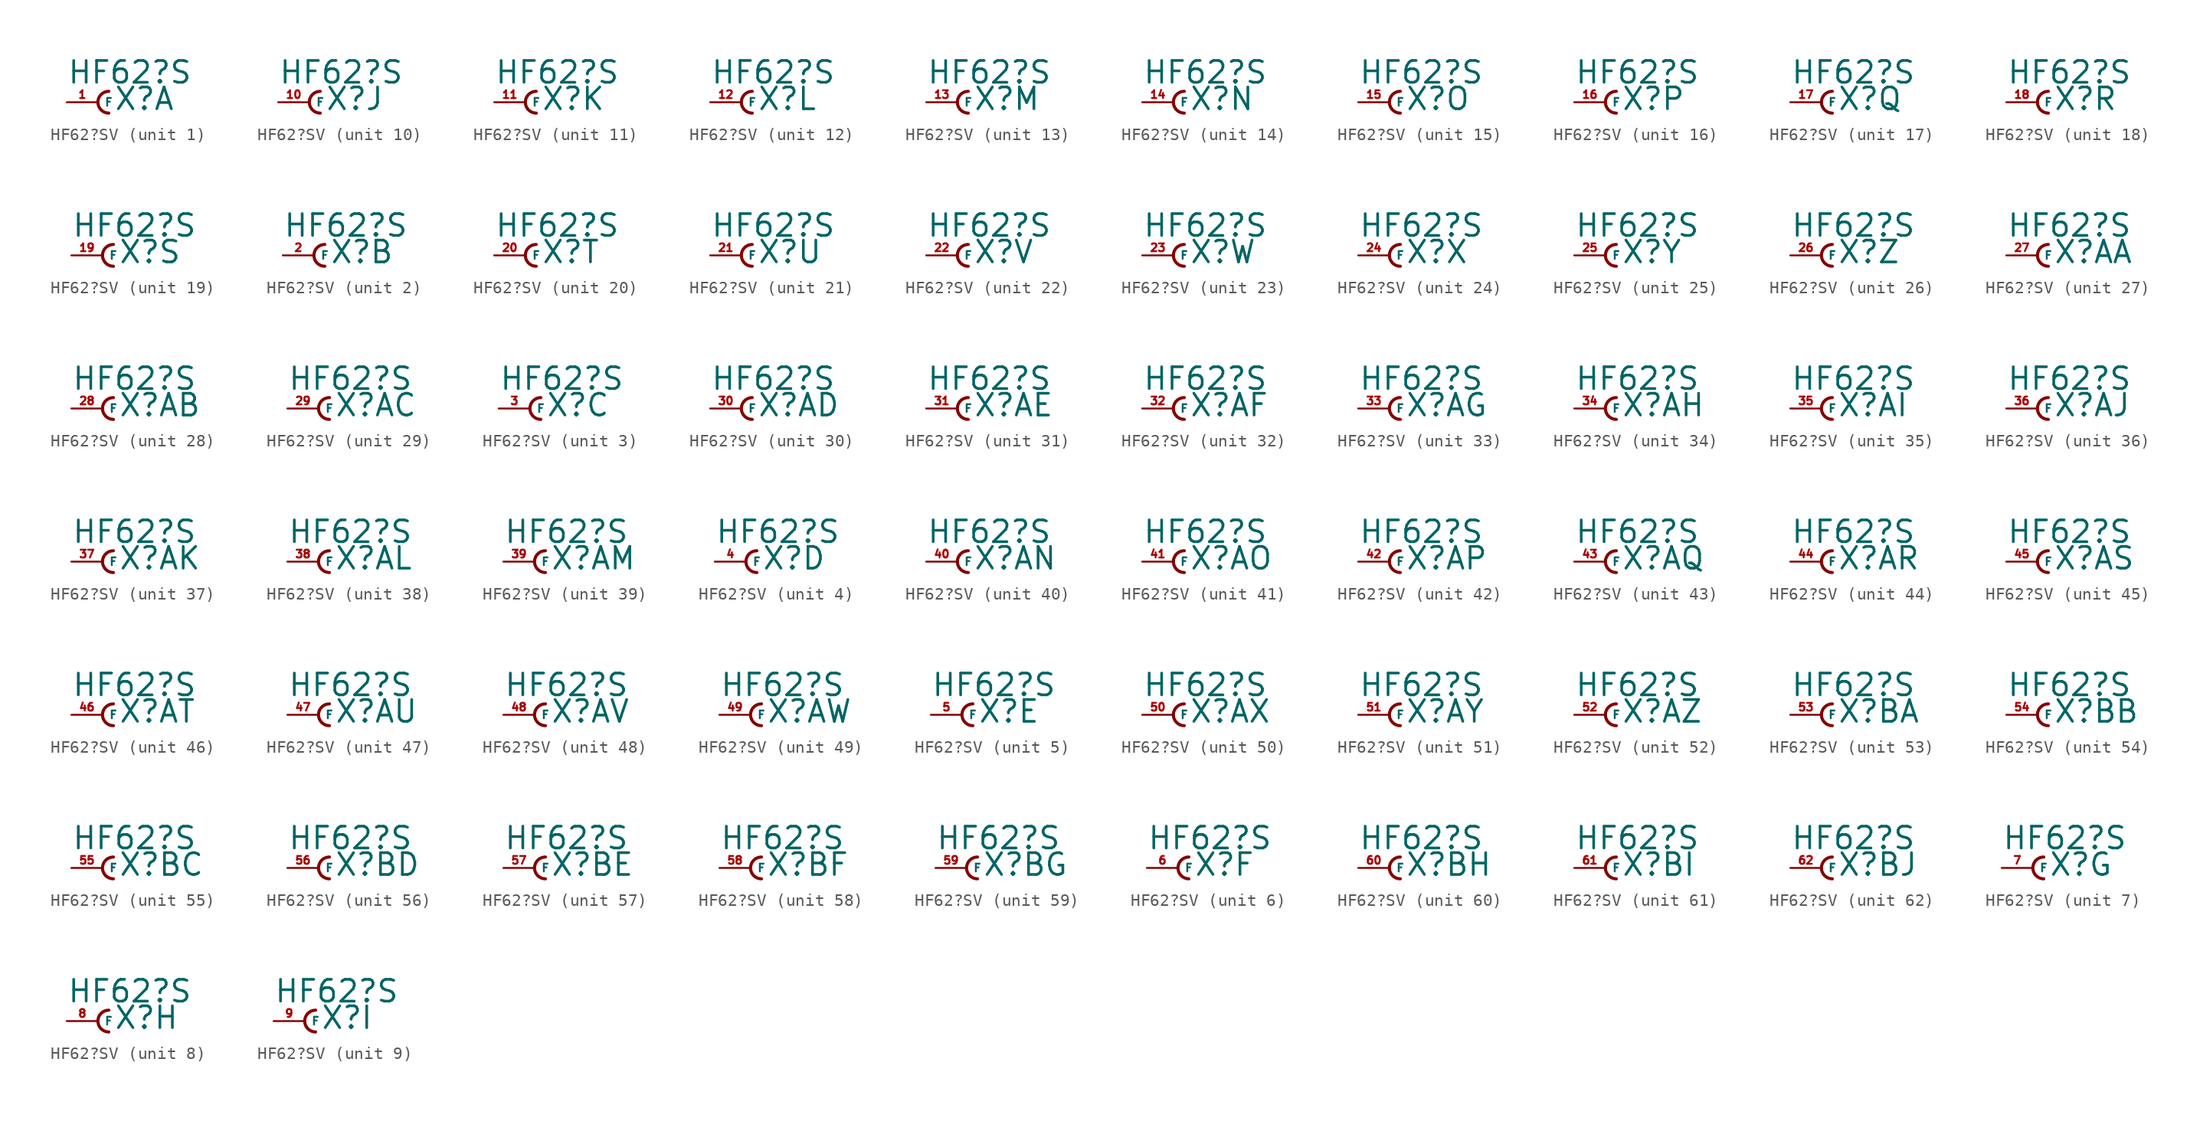
<source format=kicad_sym>
(kicad_symbol_lib
  (version 20220914)
  (generator Eagle2Kicad)
  (symbol "HF62?SV"
    (property "Reference" "X"
      (at 1.27 -0.762 0)
      (effects (font (size 1.778 1.778) (thickness 0.22)) (justify left bottom)))
    (property "Value" "HF62?S"
      (at -2.54 1.397 0)
      (effects (font (size 1.778 1.778) (thickness 0.22)) (justify left bottom)))
    (symbol "HF62?SV_1_0"
      (arc (start 0.889 0.889) (mid 0.000 0.000) (end 0.889 -0.889) (stroke (width 0.254) (type default)) (fill (type none)))
      (pin passive line (at -2.54 0 0) (length 2.54) (name "F" (effects (font (size 0.635 0.635) (thickness 0.08)) (justify left bottom))) (number "1" (effects (font (size 0.635 0.635) (thickness 0.08)) (justify left bottom)))))
    (symbol "HF62?SV_2_0"
      (arc (start 0.889 0.889) (mid 0.000 0.000) (end 0.889 -0.889) (stroke (width 0.254) (type default)) (fill (type none)))
      (pin passive line (at -2.54 0 0) (length 2.54) (name "F" (effects (font (size 0.635 0.635) (thickness 0.08)) (justify left bottom))) (number "2" (effects (font (size 0.635 0.635) (thickness 0.08)) (justify left bottom)))))
    (symbol "HF62?SV_3_0"
      (arc (start 0.889 0.889) (mid 0.000 0.000) (end 0.889 -0.889) (stroke (width 0.254) (type default)) (fill (type none)))
      (pin passive line (at -2.54 0 0) (length 2.54) (name "F" (effects (font (size 0.635 0.635) (thickness 0.08)) (justify left bottom))) (number "3" (effects (font (size 0.635 0.635) (thickness 0.08)) (justify left bottom)))))
    (symbol "HF62?SV_4_0"
      (arc (start 0.889 0.889) (mid 0.000 0.000) (end 0.889 -0.889) (stroke (width 0.254) (type default)) (fill (type none)))
      (pin passive line (at -2.54 0 0) (length 2.54) (name "F" (effects (font (size 0.635 0.635) (thickness 0.08)) (justify left bottom))) (number "4" (effects (font (size 0.635 0.635) (thickness 0.08)) (justify left bottom)))))
    (symbol "HF62?SV_5_0"
      (arc (start 0.889 0.889) (mid 0.000 0.000) (end 0.889 -0.889) (stroke (width 0.254) (type default)) (fill (type none)))
      (pin passive line (at -2.54 0 0) (length 2.54) (name "F" (effects (font (size 0.635 0.635) (thickness 0.08)) (justify left bottom))) (number "5" (effects (font (size 0.635 0.635) (thickness 0.08)) (justify left bottom)))))
    (symbol "HF62?SV_6_0"
      (arc (start 0.889 0.889) (mid 0.000 0.000) (end 0.889 -0.889) (stroke (width 0.254) (type default)) (fill (type none)))
      (pin passive line (at -2.54 0 0) (length 2.54) (name "F" (effects (font (size 0.635 0.635) (thickness 0.08)) (justify left bottom))) (number "6" (effects (font (size 0.635 0.635) (thickness 0.08)) (justify left bottom)))))
    (symbol "HF62?SV_7_0"
      (arc (start 0.889 0.889) (mid 0.000 0.000) (end 0.889 -0.889) (stroke (width 0.254) (type default)) (fill (type none)))
      (pin passive line (at -2.54 0 0) (length 2.54) (name "F" (effects (font (size 0.635 0.635) (thickness 0.08)) (justify left bottom))) (number "7" (effects (font (size 0.635 0.635) (thickness 0.08)) (justify left bottom)))))
    (symbol "HF62?SV_8_0"
      (arc (start 0.889 0.889) (mid 0.000 0.000) (end 0.889 -0.889) (stroke (width 0.254) (type default)) (fill (type none)))
      (pin passive line (at -2.54 0 0) (length 2.54) (name "F" (effects (font (size 0.635 0.635) (thickness 0.08)) (justify left bottom))) (number "8" (effects (font (size 0.635 0.635) (thickness 0.08)) (justify left bottom)))))
    (symbol "HF62?SV_9_0"
      (arc (start 0.889 0.889) (mid 0.000 0.000) (end 0.889 -0.889) (stroke (width 0.254) (type default)) (fill (type none)))
      (pin passive line (at -2.54 0 0) (length 2.54) (name "F" (effects (font (size 0.635 0.635) (thickness 0.08)) (justify left bottom))) (number "9" (effects (font (size 0.635 0.635) (thickness 0.08)) (justify left bottom)))))
    (symbol "HF62?SV_10_0"
      (arc (start 0.889 0.889) (mid 0.000 0.000) (end 0.889 -0.889) (stroke (width 0.254) (type default)) (fill (type none)))
      (pin passive line (at -2.54 0 0) (length 2.54) (name "F" (effects (font (size 0.635 0.635) (thickness 0.08)) (justify left bottom))) (number "10" (effects (font (size 0.635 0.635) (thickness 0.08)) (justify left bottom)))))
    (symbol "HF62?SV_11_0"
      (arc (start 0.889 0.889) (mid 0.000 0.000) (end 0.889 -0.889) (stroke (width 0.254) (type default)) (fill (type none)))
      (pin passive line (at -2.54 0 0) (length 2.54) (name "F" (effects (font (size 0.635 0.635) (thickness 0.08)) (justify left bottom))) (number "11" (effects (font (size 0.635 0.635) (thickness 0.08)) (justify left bottom)))))
    (symbol "HF62?SV_12_0"
      (arc (start 0.889 0.889) (mid 0.000 0.000) (end 0.889 -0.889) (stroke (width 0.254) (type default)) (fill (type none)))
      (pin passive line (at -2.54 0 0) (length 2.54) (name "F" (effects (font (size 0.635 0.635) (thickness 0.08)) (justify left bottom))) (number "12" (effects (font (size 0.635 0.635) (thickness 0.08)) (justify left bottom)))))
    (symbol "HF62?SV_13_0"
      (arc (start 0.889 0.889) (mid 0.000 0.000) (end 0.889 -0.889) (stroke (width 0.254) (type default)) (fill (type none)))
      (pin passive line (at -2.54 0 0) (length 2.54) (name "F" (effects (font (size 0.635 0.635) (thickness 0.08)) (justify left bottom))) (number "13" (effects (font (size 0.635 0.635) (thickness 0.08)) (justify left bottom)))))
    (symbol "HF62?SV_14_0"
      (arc (start 0.889 0.889) (mid 0.000 0.000) (end 0.889 -0.889) (stroke (width 0.254) (type default)) (fill (type none)))
      (pin passive line (at -2.54 0 0) (length 2.54) (name "F" (effects (font (size 0.635 0.635) (thickness 0.08)) (justify left bottom))) (number "14" (effects (font (size 0.635 0.635) (thickness 0.08)) (justify left bottom)))))
    (symbol "HF62?SV_15_0"
      (arc (start 0.889 0.889) (mid 0.000 0.000) (end 0.889 -0.889) (stroke (width 0.254) (type default)) (fill (type none)))
      (pin passive line (at -2.54 0 0) (length 2.54) (name "F" (effects (font (size 0.635 0.635) (thickness 0.08)) (justify left bottom))) (number "15" (effects (font (size 0.635 0.635) (thickness 0.08)) (justify left bottom)))))
    (symbol "HF62?SV_16_0"
      (arc (start 0.889 0.889) (mid 0.000 0.000) (end 0.889 -0.889) (stroke (width 0.254) (type default)) (fill (type none)))
      (pin passive line (at -2.54 0 0) (length 2.54) (name "F" (effects (font (size 0.635 0.635) (thickness 0.08)) (justify left bottom))) (number "16" (effects (font (size 0.635 0.635) (thickness 0.08)) (justify left bottom)))))
    (symbol "HF62?SV_17_0"
      (arc (start 0.889 0.889) (mid 0.000 0.000) (end 0.889 -0.889) (stroke (width 0.254) (type default)) (fill (type none)))
      (pin passive line (at -2.54 0 0) (length 2.54) (name "F" (effects (font (size 0.635 0.635) (thickness 0.08)) (justify left bottom))) (number "17" (effects (font (size 0.635 0.635) (thickness 0.08)) (justify left bottom)))))
    (symbol "HF62?SV_18_0"
      (arc (start 0.889 0.889) (mid 0.000 0.000) (end 0.889 -0.889) (stroke (width 0.254) (type default)) (fill (type none)))
      (pin passive line (at -2.54 0 0) (length 2.54) (name "F" (effects (font (size 0.635 0.635) (thickness 0.08)) (justify left bottom))) (number "18" (effects (font (size 0.635 0.635) (thickness 0.08)) (justify left bottom)))))
    (symbol "HF62?SV_19_0"
      (arc (start 0.889 0.889) (mid 0.000 0.000) (end 0.889 -0.889) (stroke (width 0.254) (type default)) (fill (type none)))
      (pin passive line (at -2.54 0 0) (length 2.54) (name "F" (effects (font (size 0.635 0.635) (thickness 0.08)) (justify left bottom))) (number "19" (effects (font (size 0.635 0.635) (thickness 0.08)) (justify left bottom)))))
    (symbol "HF62?SV_20_0"
      (arc (start 0.889 0.889) (mid 0.000 0.000) (end 0.889 -0.889) (stroke (width 0.254) (type default)) (fill (type none)))
      (pin passive line (at -2.54 0 0) (length 2.54) (name "F" (effects (font (size 0.635 0.635) (thickness 0.08)) (justify left bottom))) (number "20" (effects (font (size 0.635 0.635) (thickness 0.08)) (justify left bottom)))))
    (symbol "HF62?SV_21_0"
      (arc (start 0.889 0.889) (mid 0.000 0.000) (end 0.889 -0.889) (stroke (width 0.254) (type default)) (fill (type none)))
      (pin passive line (at -2.54 0 0) (length 2.54) (name "F" (effects (font (size 0.635 0.635) (thickness 0.08)) (justify left bottom))) (number "21" (effects (font (size 0.635 0.635) (thickness 0.08)) (justify left bottom)))))
    (symbol "HF62?SV_22_0"
      (arc (start 0.889 0.889) (mid 0.000 0.000) (end 0.889 -0.889) (stroke (width 0.254) (type default)) (fill (type none)))
      (pin passive line (at -2.54 0 0) (length 2.54) (name "F" (effects (font (size 0.635 0.635) (thickness 0.08)) (justify left bottom))) (number "22" (effects (font (size 0.635 0.635) (thickness 0.08)) (justify left bottom)))))
    (symbol "HF62?SV_23_0"
      (arc (start 0.889 0.889) (mid 0.000 0.000) (end 0.889 -0.889) (stroke (width 0.254) (type default)) (fill (type none)))
      (pin passive line (at -2.54 0 0) (length 2.54) (name "F" (effects (font (size 0.635 0.635) (thickness 0.08)) (justify left bottom))) (number "23" (effects (font (size 0.635 0.635) (thickness 0.08)) (justify left bottom)))))
    (symbol "HF62?SV_24_0"
      (arc (start 0.889 0.889) (mid 0.000 0.000) (end 0.889 -0.889) (stroke (width 0.254) (type default)) (fill (type none)))
      (pin passive line (at -2.54 0 0) (length 2.54) (name "F" (effects (font (size 0.635 0.635) (thickness 0.08)) (justify left bottom))) (number "24" (effects (font (size 0.635 0.635) (thickness 0.08)) (justify left bottom)))))
    (symbol "HF62?SV_25_0"
      (arc (start 0.889 0.889) (mid 0.000 0.000) (end 0.889 -0.889) (stroke (width 0.254) (type default)) (fill (type none)))
      (pin passive line (at -2.54 0 0) (length 2.54) (name "F" (effects (font (size 0.635 0.635) (thickness 0.08)) (justify left bottom))) (number "25" (effects (font (size 0.635 0.635) (thickness 0.08)) (justify left bottom)))))
    (symbol "HF62?SV_26_0"
      (arc (start 0.889 0.889) (mid 0.000 0.000) (end 0.889 -0.889) (stroke (width 0.254) (type default)) (fill (type none)))
      (pin passive line (at -2.54 0 0) (length 2.54) (name "F" (effects (font (size 0.635 0.635) (thickness 0.08)) (justify left bottom))) (number "26" (effects (font (size 0.635 0.635) (thickness 0.08)) (justify left bottom)))))
    (symbol "HF62?SV_27_0"
      (arc (start 0.889 0.889) (mid 0.000 0.000) (end 0.889 -0.889) (stroke (width 0.254) (type default)) (fill (type none)))
      (pin passive line (at -2.54 0 0) (length 2.54) (name "F" (effects (font (size 0.635 0.635) (thickness 0.08)) (justify left bottom))) (number "27" (effects (font (size 0.635 0.635) (thickness 0.08)) (justify left bottom)))))
    (symbol "HF62?SV_28_0"
      (arc (start 0.889 0.889) (mid 0.000 0.000) (end 0.889 -0.889) (stroke (width 0.254) (type default)) (fill (type none)))
      (pin passive line (at -2.54 0 0) (length 2.54) (name "F" (effects (font (size 0.635 0.635) (thickness 0.08)) (justify left bottom))) (number "28" (effects (font (size 0.635 0.635) (thickness 0.08)) (justify left bottom)))))
    (symbol "HF62?SV_29_0"
      (arc (start 0.889 0.889) (mid 0.000 0.000) (end 0.889 -0.889) (stroke (width 0.254) (type default)) (fill (type none)))
      (pin passive line (at -2.54 0 0) (length 2.54) (name "F" (effects (font (size 0.635 0.635) (thickness 0.08)) (justify left bottom))) (number "29" (effects (font (size 0.635 0.635) (thickness 0.08)) (justify left bottom)))))
    (symbol "HF62?SV_30_0"
      (arc (start 0.889 0.889) (mid 0.000 0.000) (end 0.889 -0.889) (stroke (width 0.254) (type default)) (fill (type none)))
      (pin passive line (at -2.54 0 0) (length 2.54) (name "F" (effects (font (size 0.635 0.635) (thickness 0.08)) (justify left bottom))) (number "30" (effects (font (size 0.635 0.635) (thickness 0.08)) (justify left bottom)))))
    (symbol "HF62?SV_31_0"
      (arc (start 0.889 0.889) (mid 0.000 0.000) (end 0.889 -0.889) (stroke (width 0.254) (type default)) (fill (type none)))
      (pin passive line (at -2.54 0 0) (length 2.54) (name "F" (effects (font (size 0.635 0.635) (thickness 0.08)) (justify left bottom))) (number "31" (effects (font (size 0.635 0.635) (thickness 0.08)) (justify left bottom)))))
    (symbol "HF62?SV_32_0"
      (arc (start 0.889 0.889) (mid 0.000 0.000) (end 0.889 -0.889) (stroke (width 0.254) (type default)) (fill (type none)))
      (pin passive line (at -2.54 0 0) (length 2.54) (name "F" (effects (font (size 0.635 0.635) (thickness 0.08)) (justify left bottom))) (number "32" (effects (font (size 0.635 0.635) (thickness 0.08)) (justify left bottom)))))
    (symbol "HF62?SV_33_0"
      (arc (start 0.889 0.889) (mid 0.000 0.000) (end 0.889 -0.889) (stroke (width 0.254) (type default)) (fill (type none)))
      (pin passive line (at -2.54 0 0) (length 2.54) (name "F" (effects (font (size 0.635 0.635) (thickness 0.08)) (justify left bottom))) (number "33" (effects (font (size 0.635 0.635) (thickness 0.08)) (justify left bottom)))))
    (symbol "HF62?SV_34_0"
      (arc (start 0.889 0.889) (mid 0.000 0.000) (end 0.889 -0.889) (stroke (width 0.254) (type default)) (fill (type none)))
      (pin passive line (at -2.54 0 0) (length 2.54) (name "F" (effects (font (size 0.635 0.635) (thickness 0.08)) (justify left bottom))) (number "34" (effects (font (size 0.635 0.635) (thickness 0.08)) (justify left bottom)))))
    (symbol "HF62?SV_35_0"
      (arc (start 0.889 0.889) (mid 0.000 0.000) (end 0.889 -0.889) (stroke (width 0.254) (type default)) (fill (type none)))
      (pin passive line (at -2.54 0 0) (length 2.54) (name "F" (effects (font (size 0.635 0.635) (thickness 0.08)) (justify left bottom))) (number "35" (effects (font (size 0.635 0.635) (thickness 0.08)) (justify left bottom)))))
    (symbol "HF62?SV_36_0"
      (arc (start 0.889 0.889) (mid 0.000 0.000) (end 0.889 -0.889) (stroke (width 0.254) (type default)) (fill (type none)))
      (pin passive line (at -2.54 0 0) (length 2.54) (name "F" (effects (font (size 0.635 0.635) (thickness 0.08)) (justify left bottom))) (number "36" (effects (font (size 0.635 0.635) (thickness 0.08)) (justify left bottom)))))
    (symbol "HF62?SV_37_0"
      (arc (start 0.889 0.889) (mid 0.000 0.000) (end 0.889 -0.889) (stroke (width 0.254) (type default)) (fill (type none)))
      (pin passive line (at -2.54 0 0) (length 2.54) (name "F" (effects (font (size 0.635 0.635) (thickness 0.08)) (justify left bottom))) (number "37" (effects (font (size 0.635 0.635) (thickness 0.08)) (justify left bottom)))))
    (symbol "HF62?SV_38_0"
      (arc (start 0.889 0.889) (mid 0.000 0.000) (end 0.889 -0.889) (stroke (width 0.254) (type default)) (fill (type none)))
      (pin passive line (at -2.54 0 0) (length 2.54) (name "F" (effects (font (size 0.635 0.635) (thickness 0.08)) (justify left bottom))) (number "38" (effects (font (size 0.635 0.635) (thickness 0.08)) (justify left bottom)))))
    (symbol "HF62?SV_39_0"
      (arc (start 0.889 0.889) (mid 0.000 0.000) (end 0.889 -0.889) (stroke (width 0.254) (type default)) (fill (type none)))
      (pin passive line (at -2.54 0 0) (length 2.54) (name "F" (effects (font (size 0.635 0.635) (thickness 0.08)) (justify left bottom))) (number "39" (effects (font (size 0.635 0.635) (thickness 0.08)) (justify left bottom)))))
    (symbol "HF62?SV_40_0"
      (arc (start 0.889 0.889) (mid 0.000 0.000) (end 0.889 -0.889) (stroke (width 0.254) (type default)) (fill (type none)))
      (pin passive line (at -2.54 0 0) (length 2.54) (name "F" (effects (font (size 0.635 0.635) (thickness 0.08)) (justify left bottom))) (number "40" (effects (font (size 0.635 0.635) (thickness 0.08)) (justify left bottom)))))
    (symbol "HF62?SV_41_0"
      (arc (start 0.889 0.889) (mid 0.000 0.000) (end 0.889 -0.889) (stroke (width 0.254) (type default)) (fill (type none)))
      (pin passive line (at -2.54 0 0) (length 2.54) (name "F" (effects (font (size 0.635 0.635) (thickness 0.08)) (justify left bottom))) (number "41" (effects (font (size 0.635 0.635) (thickness 0.08)) (justify left bottom)))))
    (symbol "HF62?SV_42_0"
      (arc (start 0.889 0.889) (mid 0.000 0.000) (end 0.889 -0.889) (stroke (width 0.254) (type default)) (fill (type none)))
      (pin passive line (at -2.54 0 0) (length 2.54) (name "F" (effects (font (size 0.635 0.635) (thickness 0.08)) (justify left bottom))) (number "42" (effects (font (size 0.635 0.635) (thickness 0.08)) (justify left bottom)))))
    (symbol "HF62?SV_43_0"
      (arc (start 0.889 0.889) (mid 0.000 0.000) (end 0.889 -0.889) (stroke (width 0.254) (type default)) (fill (type none)))
      (pin passive line (at -2.54 0 0) (length 2.54) (name "F" (effects (font (size 0.635 0.635) (thickness 0.08)) (justify left bottom))) (number "43" (effects (font (size 0.635 0.635) (thickness 0.08)) (justify left bottom)))))
    (symbol "HF62?SV_44_0"
      (arc (start 0.889 0.889) (mid 0.000 0.000) (end 0.889 -0.889) (stroke (width 0.254) (type default)) (fill (type none)))
      (pin passive line (at -2.54 0 0) (length 2.54) (name "F" (effects (font (size 0.635 0.635) (thickness 0.08)) (justify left bottom))) (number "44" (effects (font (size 0.635 0.635) (thickness 0.08)) (justify left bottom)))))
    (symbol "HF62?SV_45_0"
      (arc (start 0.889 0.889) (mid 0.000 0.000) (end 0.889 -0.889) (stroke (width 0.254) (type default)) (fill (type none)))
      (pin passive line (at -2.54 0 0) (length 2.54) (name "F" (effects (font (size 0.635 0.635) (thickness 0.08)) (justify left bottom))) (number "45" (effects (font (size 0.635 0.635) (thickness 0.08)) (justify left bottom)))))
    (symbol "HF62?SV_46_0"
      (arc (start 0.889 0.889) (mid 0.000 0.000) (end 0.889 -0.889) (stroke (width 0.254) (type default)) (fill (type none)))
      (pin passive line (at -2.54 0 0) (length 2.54) (name "F" (effects (font (size 0.635 0.635) (thickness 0.08)) (justify left bottom))) (number "46" (effects (font (size 0.635 0.635) (thickness 0.08)) (justify left bottom)))))
    (symbol "HF62?SV_47_0"
      (arc (start 0.889 0.889) (mid 0.000 0.000) (end 0.889 -0.889) (stroke (width 0.254) (type default)) (fill (type none)))
      (pin passive line (at -2.54 0 0) (length 2.54) (name "F" (effects (font (size 0.635 0.635) (thickness 0.08)) (justify left bottom))) (number "47" (effects (font (size 0.635 0.635) (thickness 0.08)) (justify left bottom)))))
    (symbol "HF62?SV_48_0"
      (arc (start 0.889 0.889) (mid 0.000 0.000) (end 0.889 -0.889) (stroke (width 0.254) (type default)) (fill (type none)))
      (pin passive line (at -2.54 0 0) (length 2.54) (name "F" (effects (font (size 0.635 0.635) (thickness 0.08)) (justify left bottom))) (number "48" (effects (font (size 0.635 0.635) (thickness 0.08)) (justify left bottom)))))
    (symbol "HF62?SV_49_0"
      (arc (start 0.889 0.889) (mid 0.000 0.000) (end 0.889 -0.889) (stroke (width 0.254) (type default)) (fill (type none)))
      (pin passive line (at -2.54 0 0) (length 2.54) (name "F" (effects (font (size 0.635 0.635) (thickness 0.08)) (justify left bottom))) (number "49" (effects (font (size 0.635 0.635) (thickness 0.08)) (justify left bottom)))))
    (symbol "HF62?SV_50_0"
      (arc (start 0.889 0.889) (mid 0.000 0.000) (end 0.889 -0.889) (stroke (width 0.254) (type default)) (fill (type none)))
      (pin passive line (at -2.54 0 0) (length 2.54) (name "F" (effects (font (size 0.635 0.635) (thickness 0.08)) (justify left bottom))) (number "50" (effects (font (size 0.635 0.635) (thickness 0.08)) (justify left bottom)))))
    (symbol "HF62?SV_51_0"
      (arc (start 0.889 0.889) (mid 0.000 0.000) (end 0.889 -0.889) (stroke (width 0.254) (type default)) (fill (type none)))
      (pin passive line (at -2.54 0 0) (length 2.54) (name "F" (effects (font (size 0.635 0.635) (thickness 0.08)) (justify left bottom))) (number "51" (effects (font (size 0.635 0.635) (thickness 0.08)) (justify left bottom)))))
    (symbol "HF62?SV_52_0"
      (arc (start 0.889 0.889) (mid 0.000 0.000) (end 0.889 -0.889) (stroke (width 0.254) (type default)) (fill (type none)))
      (pin passive line (at -2.54 0 0) (length 2.54) (name "F" (effects (font (size 0.635 0.635) (thickness 0.08)) (justify left bottom))) (number "52" (effects (font (size 0.635 0.635) (thickness 0.08)) (justify left bottom)))))
    (symbol "HF62?SV_53_0"
      (arc (start 0.889 0.889) (mid 0.000 0.000) (end 0.889 -0.889) (stroke (width 0.254) (type default)) (fill (type none)))
      (pin passive line (at -2.54 0 0) (length 2.54) (name "F" (effects (font (size 0.635 0.635) (thickness 0.08)) (justify left bottom))) (number "53" (effects (font (size 0.635 0.635) (thickness 0.08)) (justify left bottom)))))
    (symbol "HF62?SV_54_0"
      (arc (start 0.889 0.889) (mid 0.000 0.000) (end 0.889 -0.889) (stroke (width 0.254) (type default)) (fill (type none)))
      (pin passive line (at -2.54 0 0) (length 2.54) (name "F" (effects (font (size 0.635 0.635) (thickness 0.08)) (justify left bottom))) (number "54" (effects (font (size 0.635 0.635) (thickness 0.08)) (justify left bottom)))))
    (symbol "HF62?SV_55_0"
      (arc (start 0.889 0.889) (mid 0.000 0.000) (end 0.889 -0.889) (stroke (width 0.254) (type default)) (fill (type none)))
      (pin passive line (at -2.54 0 0) (length 2.54) (name "F" (effects (font (size 0.635 0.635) (thickness 0.08)) (justify left bottom))) (number "55" (effects (font (size 0.635 0.635) (thickness 0.08)) (justify left bottom)))))
    (symbol "HF62?SV_56_0"
      (arc (start 0.889 0.889) (mid 0.000 0.000) (end 0.889 -0.889) (stroke (width 0.254) (type default)) (fill (type none)))
      (pin passive line (at -2.54 0 0) (length 2.54) (name "F" (effects (font (size 0.635 0.635) (thickness 0.08)) (justify left bottom))) (number "56" (effects (font (size 0.635 0.635) (thickness 0.08)) (justify left bottom)))))
    (symbol "HF62?SV_57_0"
      (arc (start 0.889 0.889) (mid 0.000 0.000) (end 0.889 -0.889) (stroke (width 0.254) (type default)) (fill (type none)))
      (pin passive line (at -2.54 0 0) (length 2.54) (name "F" (effects (font (size 0.635 0.635) (thickness 0.08)) (justify left bottom))) (number "57" (effects (font (size 0.635 0.635) (thickness 0.08)) (justify left bottom)))))
    (symbol "HF62?SV_58_0"
      (arc (start 0.889 0.889) (mid 0.000 0.000) (end 0.889 -0.889) (stroke (width 0.254) (type default)) (fill (type none)))
      (pin passive line (at -2.54 0 0) (length 2.54) (name "F" (effects (font (size 0.635 0.635) (thickness 0.08)) (justify left bottom))) (number "58" (effects (font (size 0.635 0.635) (thickness 0.08)) (justify left bottom)))))
    (symbol "HF62?SV_59_0"
      (arc (start 0.889 0.889) (mid 0.000 0.000) (end 0.889 -0.889) (stroke (width 0.254) (type default)) (fill (type none)))
      (pin passive line (at -2.54 0 0) (length 2.54) (name "F" (effects (font (size 0.635 0.635) (thickness 0.08)) (justify left bottom))) (number "59" (effects (font (size 0.635 0.635) (thickness 0.08)) (justify left bottom)))))
    (symbol "HF62?SV_60_0"
      (arc (start 0.889 0.889) (mid 0.000 0.000) (end 0.889 -0.889) (stroke (width 0.254) (type default)) (fill (type none)))
      (pin passive line (at -2.54 0 0) (length 2.54) (name "F" (effects (font (size 0.635 0.635) (thickness 0.08)) (justify left bottom))) (number "60" (effects (font (size 0.635 0.635) (thickness 0.08)) (justify left bottom)))))
    (symbol "HF62?SV_61_0"
      (arc (start 0.889 0.889) (mid 0.000 0.000) (end 0.889 -0.889) (stroke (width 0.254) (type default)) (fill (type none)))
      (pin passive line (at -2.54 0 0) (length 2.54) (name "F" (effects (font (size 0.635 0.635) (thickness 0.08)) (justify left bottom))) (number "61" (effects (font (size 0.635 0.635) (thickness 0.08)) (justify left bottom)))))
    (symbol "HF62?SV_62_0"
      (arc (start 0.889 0.889) (mid 0.000 0.000) (end 0.889 -0.889) (stroke (width 0.254) (type default)) (fill (type none)))
      (pin passive line (at -2.54 0 0) (length 2.54) (name "F" (effects (font (size 0.635 0.635) (thickness 0.08)) (justify left bottom))) (number "62" (effects (font (size 0.635 0.635) (thickness 0.08)) (justify left bottom)))))))
</source>
